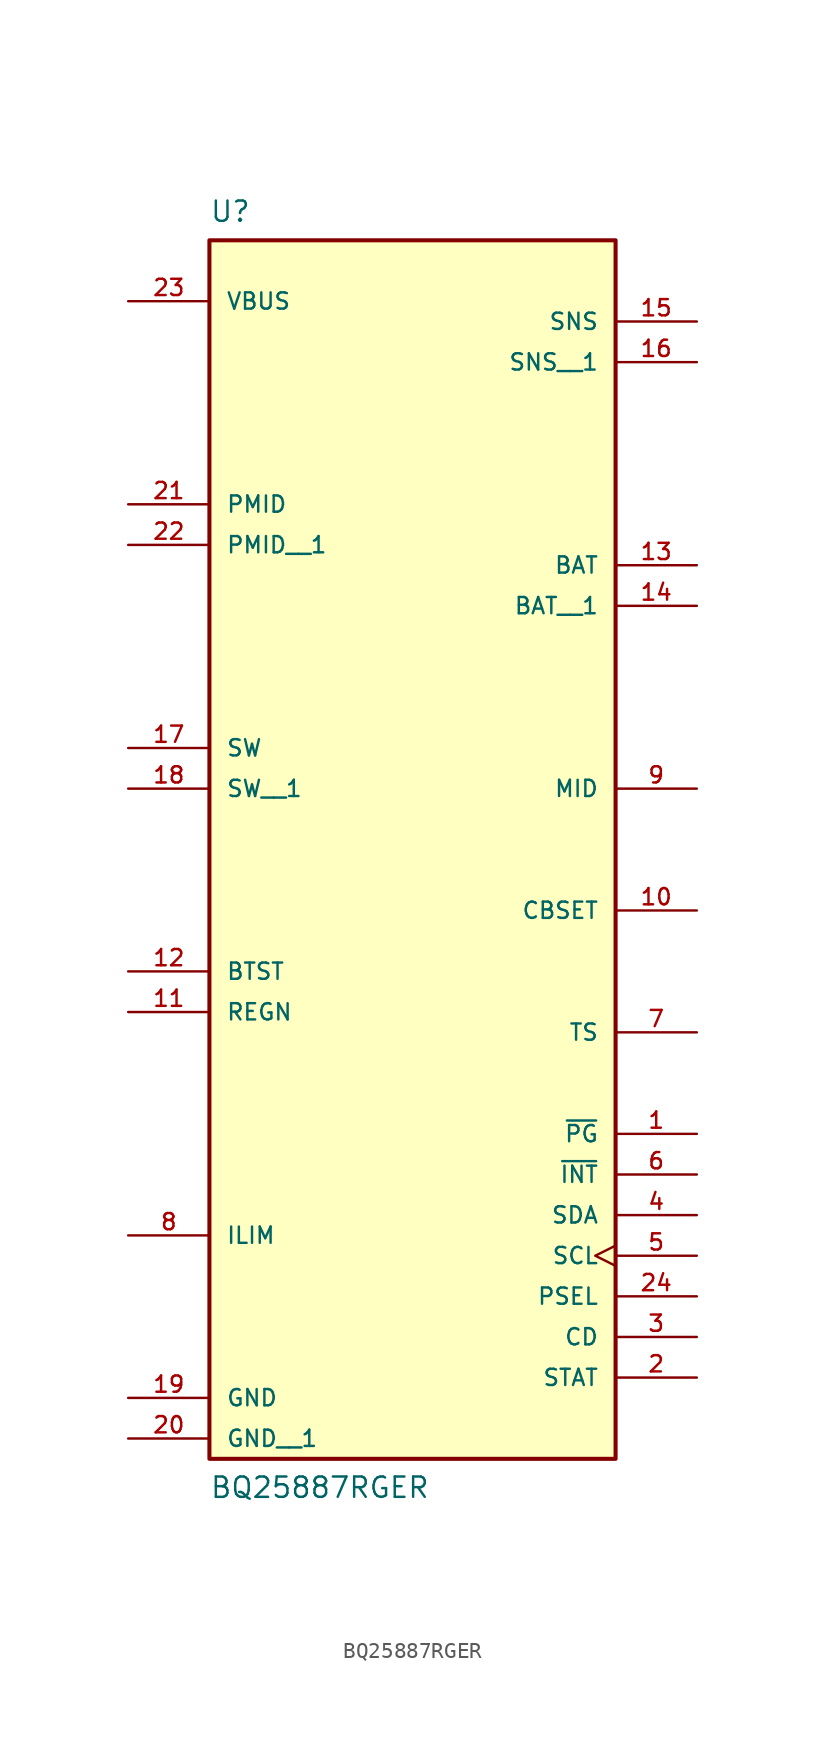
<source format=kicad_sym>
(kicad_symbol_lib
  (version 20241209)
  (generator "kicad_symbol_editor")
  (generator_version "9.0")
  (symbol "BQ25887RGER"
    (pin_names
      (offset 1.016))
    (property "Reference" "U"
      (at -12.7 27.94 0)
      (effects (font (size 1.27 1.27)) (justify left top)))
    (property "Value" "BQ25887RGER"
      (at -12.7 -53.34 0)
      (effects (font (size 1.27 1.27)) (justify left bottom)))
    (symbol "BQ25887RGER_0_0"
      (rectangle (start -12.7 -50.8) (end 12.7 25.4) (stroke (width 0.254) (type default)) (fill (type background)))
      (pin power_in line (at -17.78 21.59 0) (length 5.08) (name "VBUS" (effects (font (size 1.016 1.016)))) (number "23" (effects (font (size 1.016 1.016)))))
      (pin power_in line (at -17.78 8.89 0) (length 5.08) (name "PMID" (effects (font (size 1.016 1.016)))) (number "21" (effects (font (size 1.016 1.016)))))
      (pin power_in line (at -17.78 6.35 0) (length 5.08) (name "PMID__1" (effects (font (size 1.016 1.016)))) (number "22" (effects (font (size 1.016 1.016)))))
      (pin power_in line (at -17.78 -6.35 0) (length 5.08) (name "SW" (effects (font (size 1.016 1.016)))) (number "17" (effects (font (size 1.016 1.016)))))
      (pin power_in line (at -17.78 -8.89 0) (length 5.08) (name "SW__1" (effects (font (size 1.016 1.016)))) (number "18" (effects (font (size 1.016 1.016)))))
      (pin power_in line (at -17.78 -20.32 0) (length 5.08) (name "BTST" (effects (font (size 1.016 1.016)))) (number "12" (effects (font (size 1.016 1.016)))))
      (pin power_in line (at -17.78 -22.86 0) (length 5.08) (name "REGN" (effects (font (size 1.016 1.016)))) (number "11" (effects (font (size 1.016 1.016)))))
      (pin input line (at -17.78 -36.83 0) (length 5.08) (name "ILIM" (effects (font (size 1.016 1.016)))) (number "8" (effects (font (size 1.016 1.016)))))
      (pin power_in line (at -17.78 -46.99 0) (length 5.08) (name "GND" (effects (font (size 1.016 1.016)))) (number "19" (effects (font (size 1.016 1.016)))))
      (pin power_in line (at -17.78 -49.53 0) (length 5.08) (name "GND__1" (effects (font (size 1.016 1.016)))) (number "20" (effects (font (size 1.016 1.016)))))
      (pin output line (at 17.78 20.32 180) (length 5.08) (name "SNS" (effects (font (size 1.016 1.016)))) (number "15" (effects (font (size 1.016 1.016)))))
      (pin output line (at 17.78 17.78 180) (length 5.08) (name "SNS__1" (effects (font (size 1.016 1.016)))) (number "16" (effects (font (size 1.016 1.016)))))
      (pin power_in line (at 17.78 5.08 180) (length 5.08) (name "BAT" (effects (font (size 1.016 1.016)))) (number "13" (effects (font (size 1.016 1.016)))))
      (pin power_in line (at 17.78 2.54 180) (length 5.08) (name "BAT__1" (effects (font (size 1.016 1.016)))) (number "14" (effects (font (size 1.016 1.016)))))
      (pin input line (at 17.78 -8.89 180) (length 5.08) (name "MID" (effects (font (size 1.016 1.016)))) (number "9" (effects (font (size 1.016 1.016)))))
      (pin power_in line (at 17.78 -16.51 180) (length 5.08) (name "CBSET" (effects (font (size 1.016 1.016)))) (number "10" (effects (font (size 1.016 1.016)))))
      (pin input line (at 17.78 -24.13 180) (length 5.08) (name "TS" (effects (font (size 1.016 1.016)))) (number "7" (effects (font (size 1.016 1.016)))))
      (pin output line (at 17.78 -30.48 180) (length 5.08) (name "~{PG}" (effects (font (size 1.016 1.016)))) (number "1" (effects (font (size 1.016 1.016)))))
      (pin output line (at 17.78 -33.02 180) (length 5.08) (name "~{INT}" (effects (font (size 1.016 1.016)))) (number "6" (effects (font (size 1.016 1.016)))))
      (pin bidirectional line (at 17.78 -35.56 180) (length 5.08) (name "SDA" (effects (font (size 1.016 1.016)))) (number "4" (effects (font (size 1.016 1.016)))))
      (pin input clock (at 17.78 -38.1 180) (length 5.08) (name "SCL" (effects (font (size 1.016 1.016)))) (number "5" (effects (font (size 1.016 1.016)))))
      (pin input line (at 17.78 -40.64 180) (length 5.08) (name "PSEL" (effects (font (size 1.016 1.016)))) (number "24" (effects (font (size 1.016 1.016)))))
      (pin input line (at 17.78 -43.18 180) (length 5.08) (name "CD" (effects (font (size 1.016 1.016)))) (number "3" (effects (font (size 1.016 1.016)))))
      (pin output line (at 17.78 -45.72 180) (length 5.08) (name "STAT" (effects (font (size 1.016 1.016)))) (number "2" (effects (font (size 1.016 1.016))))))))
</source>
